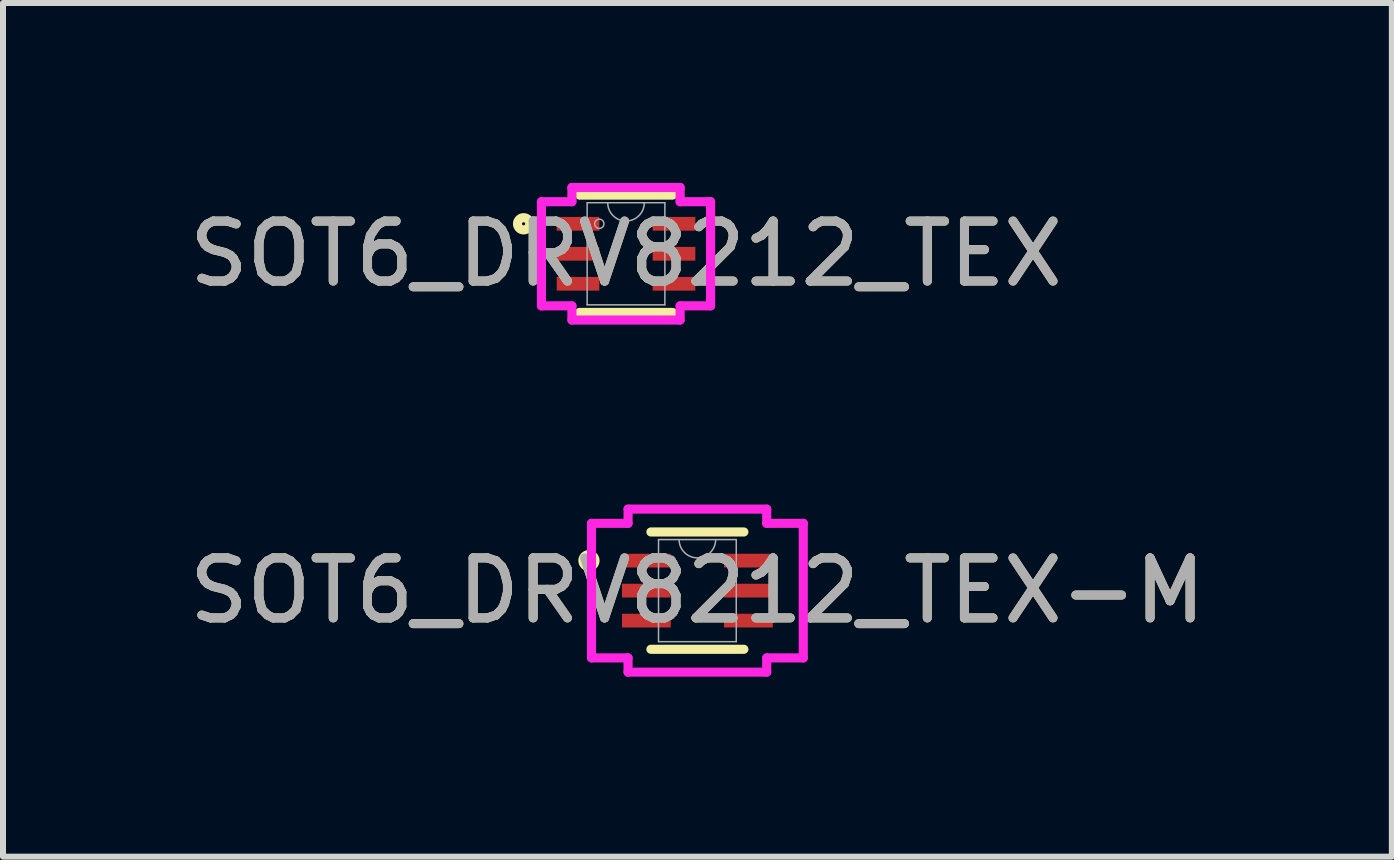
<source format=kicad_pcb>
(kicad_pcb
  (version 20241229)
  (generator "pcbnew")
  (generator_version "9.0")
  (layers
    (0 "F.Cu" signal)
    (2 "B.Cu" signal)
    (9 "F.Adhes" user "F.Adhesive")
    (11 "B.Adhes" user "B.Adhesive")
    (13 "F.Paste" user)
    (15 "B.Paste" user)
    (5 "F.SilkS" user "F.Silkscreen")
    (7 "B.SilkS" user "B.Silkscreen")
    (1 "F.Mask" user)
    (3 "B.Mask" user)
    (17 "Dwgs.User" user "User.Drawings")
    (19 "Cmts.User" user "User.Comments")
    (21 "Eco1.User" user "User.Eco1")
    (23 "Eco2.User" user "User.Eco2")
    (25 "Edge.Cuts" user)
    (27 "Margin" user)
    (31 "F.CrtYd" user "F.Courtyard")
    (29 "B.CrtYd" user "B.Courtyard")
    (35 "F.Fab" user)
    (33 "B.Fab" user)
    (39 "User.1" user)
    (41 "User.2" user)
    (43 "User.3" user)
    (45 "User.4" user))
  (footprint "SOT6_DRV8212_TEX-M"
    (layer "F.Cu")
    (at 8.577 6.797)
    (property "Reference" "SOT6_DRV8212_TEX-M" (at 0 0 0) (unlocked yes) (layer "F.SilkS") (effects (font (size 1 1) (thickness 0.15))))
    (attr smd)
    (fp_line (start -0.775 0.978) (end 0.775 0.978) (stroke (width 0.152) (type solid)) (layer "F.SilkS"))
    (fp_line (start 0.775 -0.978) (end -0.775 -0.978) (stroke (width 0.152) (type solid)) (layer "F.SilkS"))
    (fp_circle (center -1.808 -0.5) (end -1.707 -0.5) (stroke (width 0.152) (type solid)) (fill no) (layer "F.SilkS"))
    (fp_line (start -1.765 -1.122) (end -1.156 -1.122) (stroke (width 0.152) (type solid)) (layer "F.CrtYd"))
    (fp_line (start -1.765 1.122) (end -1.765 -1.122) (stroke (width 0.152) (type solid)) (layer "F.CrtYd"))
    (fp_line (start -1.765 1.122) (end -1.156 1.122) (stroke (width 0.152) (type solid)) (layer "F.CrtYd"))
    (fp_line (start -1.156 -1.359) (end 1.156 -1.359) (stroke (width 0.152) (type solid)) (layer "F.CrtYd"))
    (fp_line (start -1.156 -1.122) (end -1.156 -1.359) (stroke (width 0.152) (type solid)) (layer "F.CrtYd"))
    (fp_line (start -1.156 1.359) (end -1.156 1.122) (stroke (width 0.152) (type solid)) (layer "F.CrtYd"))
    (fp_line (start 1.156 -1.359) (end 1.156 -1.122) (stroke (width 0.152) (type solid)) (layer "F.CrtYd"))
    (fp_line (start 1.156 1.122) (end 1.156 1.359) (stroke (width 0.152) (type solid)) (layer "F.CrtYd"))
    (fp_line (start 1.156 1.359) (end -1.156 1.359) (stroke (width 0.152) (type solid)) (layer "F.CrtYd"))
    (fp_line (start 1.765 -1.122) (end 1.156 -1.122) (stroke (width 0.152) (type solid)) (layer "F.CrtYd"))
    (fp_line (start 1.765 -1.122) (end 1.765 1.122) (stroke (width 0.152) (type solid)) (layer "F.CrtYd"))
    (fp_line (start 1.765 1.122) (end 1.156 1.122) (stroke (width 0.152) (type solid)) (layer "F.CrtYd"))
    (fp_line (start -0.648 -0.851) (end -0.648 0.851) (stroke (width 0.025) (type solid)) (layer "F.Fab"))
    (fp_line (start -0.648 0.851) (end 0.648 0.851) (stroke (width 0.025) (type solid)) (layer "F.Fab"))
    (fp_line (start 0.648 -0.851) (end -0.648 -0.851) (stroke (width 0.025) (type solid)) (layer "F.Fab"))
    (fp_line (start 0.648 0.851) (end 0.648 -0.851) (stroke (width 0.025) (type solid)) (layer "F.Fab"))
    (fp_arc (start 0.3048 -0.8509) (mid 0 -0.5461) (end -0.3048 -0.8509) (stroke (width 0.0254) (type solid)) (layer "F.Fab"))
    (fp_circle (center -0.445 -0.5) (end -0.368 -0.5) (stroke (width 0.025) (type solid)) (fill no) (layer "F.Fab"))
    (fp_text user "${REFERENCE}" (at 0 0 0) (unlocked yes) (layer "F.Fab") (effects (font (size 1 1) (thickness 0.15))))
    (pad "1" smd rect (at -0.851 -0.5) (size 0.813 0.229) (layers "F.Cu" "F.Mask" "F.Paste"))
    (pad "2" smd rect (at -0.851 0) (size 0.813 0.229) (layers "F.Cu" "F.Mask" "F.Paste"))
    (pad "3" smd rect (at -0.851 0.5) (size 0.813 0.229) (layers "F.Cu" "F.Mask" "F.Paste"))
    (pad "4" smd rect (at 0.851 0.5) (size 0.813 0.229) (layers "F.Cu" "F.Mask" "F.Paste"))
    (pad "5" smd rect (at 0.851 0) (size 0.813 0.229) (layers "F.Cu" "F.Mask" "F.Paste"))
    (pad "6" smd rect (at 0.851 -0.5) (size 0.813 0.229) (layers "F.Cu" "F.Mask" "F.Paste")))
  (footprint "SOT6_DRV8212_TEX"
    (layer "F.Cu")
    (at 7.387 1.181)
    (property "Reference" "SOT6_DRV8212_TEX" (at 0 0 0) (unlocked yes) (layer "F.SilkS") (effects (font (size 1 1) (thickness 0.15))))
    (attr smd)
    (fp_line (start -0.775 0.978) (end 0.775 0.978) (stroke (width 0.152) (type solid)) (layer "F.SilkS"))
    (fp_line (start 0.775 -0.978) (end -0.775 -0.978) (stroke (width 0.152) (type solid)) (layer "F.SilkS"))
    (fp_circle (center -1.707 -0.5) (end -1.605 -0.5) (stroke (width 0.152) (type solid)) (fill no) (layer "F.SilkS"))
    (fp_line (start -1.41 -0.868) (end -0.902 -0.868) (stroke (width 0.152) (type solid)) (layer "F.CrtYd"))
    (fp_line (start -1.41 0.868) (end -1.41 -0.868) (stroke (width 0.152) (type solid)) (layer "F.CrtYd"))
    (fp_line (start -1.41 0.868) (end -0.902 0.868) (stroke (width 0.152) (type solid)) (layer "F.CrtYd"))
    (fp_line (start -0.902 -1.105) (end 0.902 -1.105) (stroke (width 0.152) (type solid)) (layer "F.CrtYd"))
    (fp_line (start -0.902 -0.868) (end -0.902 -1.105) (stroke (width 0.152) (type solid)) (layer "F.CrtYd"))
    (fp_line (start -0.902 1.105) (end -0.902 0.868) (stroke (width 0.152) (type solid)) (layer "F.CrtYd"))
    (fp_line (start 0.902 -1.105) (end 0.902 -0.868) (stroke (width 0.152) (type solid)) (layer "F.CrtYd"))
    (fp_line (start 0.902 0.868) (end 0.902 1.105) (stroke (width 0.152) (type solid)) (layer "F.CrtYd"))
    (fp_line (start 0.902 1.105) (end -0.902 1.105) (stroke (width 0.152) (type solid)) (layer "F.CrtYd"))
    (fp_line (start 1.41 -0.868) (end 0.902 -0.868) (stroke (width 0.152) (type solid)) (layer "F.CrtYd"))
    (fp_line (start 1.41 -0.868) (end 1.41 0.868) (stroke (width 0.152) (type solid)) (layer "F.CrtYd"))
    (fp_line (start 1.41 0.868) (end 0.902 0.868) (stroke (width 0.152) (type solid)) (layer "F.CrtYd"))
    (fp_line (start -0.648 -0.851) (end -0.648 0.851) (stroke (width 0.025) (type solid)) (layer "F.Fab"))
    (fp_line (start -0.648 0.851) (end 0.648 0.851) (stroke (width 0.025) (type solid)) (layer "F.Fab"))
    (fp_line (start 0.648 -0.851) (end -0.648 -0.851) (stroke (width 0.025) (type solid)) (layer "F.Fab"))
    (fp_line (start 0.648 0.851) (end 0.648 -0.851) (stroke (width 0.025) (type solid)) (layer "F.Fab"))
    (fp_arc (start 0.3048 -0.8509) (mid 0 -0.5461) (end -0.3048 -0.8509) (stroke (width 0.0254) (type solid)) (layer "F.Fab"))
    (fp_circle (center -0.445 -0.5) (end -0.368 -0.5) (stroke (width 0.025) (type solid)) (fill no) (layer "F.Fab"))
    (fp_text user "${REFERENCE}" (at 0 0 0) (unlocked yes) (layer "F.Fab") (effects (font (size 1 1) (thickness 0.15))))
    (pad "1" smd rect (at -0.8 -0.5) (size 0.711 0.229) (layers "F.Cu" "F.Mask" "F.Paste"))
    (pad "2" smd rect (at -0.8 0) (size 0.711 0.229) (layers "F.Cu" "F.Mask" "F.Paste"))
    (pad "3" smd rect (at -0.8 0.5) (size 0.711 0.229) (layers "F.Cu" "F.Mask" "F.Paste"))
    (pad "4" smd rect (at 0.8 0.5) (size 0.711 0.229) (layers "F.Cu" "F.Mask" "F.Paste"))
    (pad "5" smd rect (at 0.8 0) (size 0.711 0.229) (layers "F.Cu" "F.Mask" "F.Paste"))
    (pad "6" smd rect (at 0.8 -0.5) (size 0.711 0.229) (layers "F.Cu" "F.Mask" "F.Paste")))
  (gr_rect
    (start -3 -3)
    (end 20.155 11.232)
    (stroke (width 0.1) (type default))
    (fill no)
    (layer "Edge.Cuts")))
</source>
